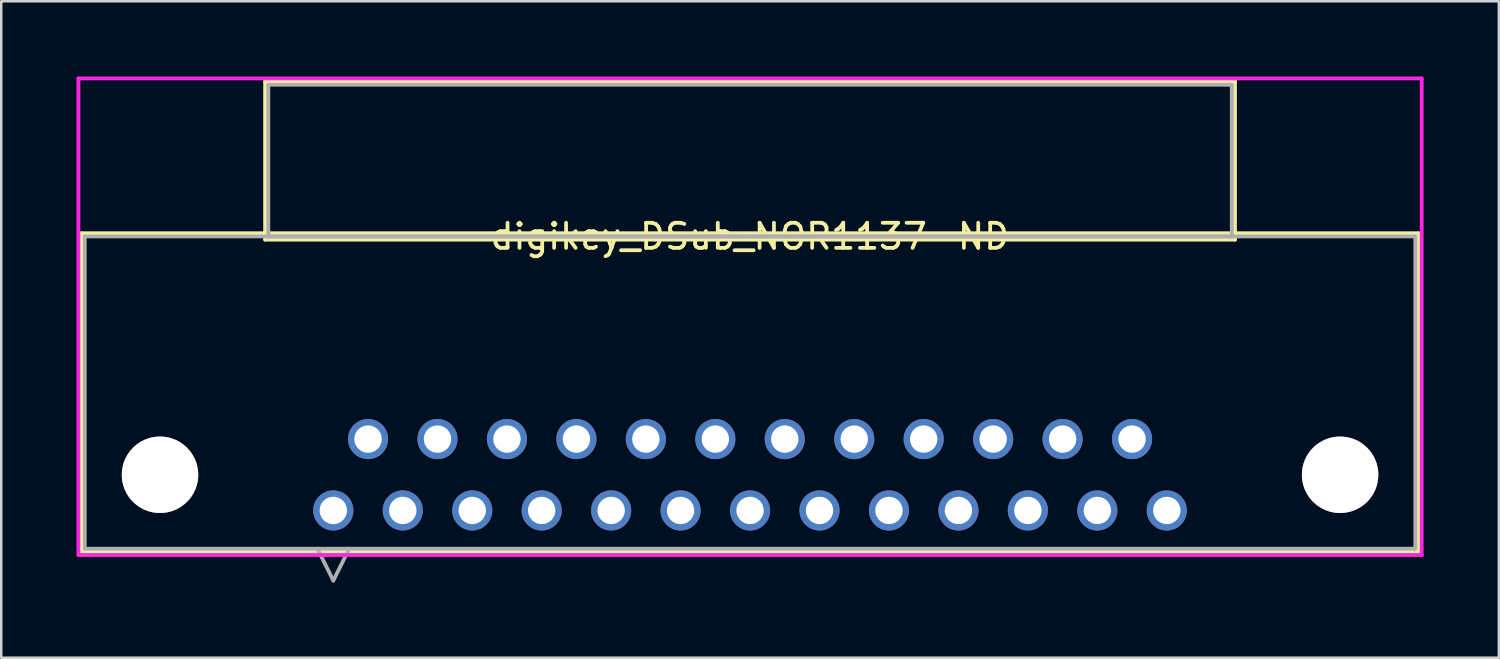
<source format=kicad_pcb>
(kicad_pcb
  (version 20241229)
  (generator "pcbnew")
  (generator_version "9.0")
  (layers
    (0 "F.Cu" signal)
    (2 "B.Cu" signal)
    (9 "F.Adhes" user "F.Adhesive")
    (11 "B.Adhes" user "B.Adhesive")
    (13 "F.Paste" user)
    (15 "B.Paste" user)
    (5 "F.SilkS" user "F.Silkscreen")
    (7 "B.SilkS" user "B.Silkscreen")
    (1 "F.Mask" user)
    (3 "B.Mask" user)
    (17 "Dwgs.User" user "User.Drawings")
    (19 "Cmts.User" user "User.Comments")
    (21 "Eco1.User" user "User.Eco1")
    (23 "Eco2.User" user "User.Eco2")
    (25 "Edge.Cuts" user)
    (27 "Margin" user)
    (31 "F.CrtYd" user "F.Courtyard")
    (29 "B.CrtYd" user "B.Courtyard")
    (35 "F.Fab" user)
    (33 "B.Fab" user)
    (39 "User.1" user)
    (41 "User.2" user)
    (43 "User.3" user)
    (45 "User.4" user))
  (footprint "digikey_DSub_NOR1137-ND"
    (layer "F.Cu")
    (at 26.848 6.375)
    (property "Reference" "digikey_DSub_NOR1137-ND" (at 0 0 0) (layer "F.SilkS") (effects (font (size 1 1) (thickness 0.15))))
    (attr through_hole)
    (fp_line (start -26.645 -0.127) (end -26.645 12.573) (stroke (width 0.152) (type solid)) (layer "F.SilkS"))
    (fp_line (start -26.645 12.573) (end 26.645 12.573) (stroke (width 0.152) (type solid)) (layer "F.SilkS"))
    (fp_line (start -19.329 -6.172) (end -19.329 0.127) (stroke (width 0.152) (type solid)) (layer "F.SilkS"))
    (fp_line (start -19.329 0.127) (end 19.329 0.127) (stroke (width 0.152) (type solid)) (layer "F.SilkS"))
    (fp_line (start 19.329 -6.172) (end -19.329 -6.172) (stroke (width 0.152) (type solid)) (layer "F.SilkS"))
    (fp_line (start 19.329 0.127) (end 19.329 -6.172) (stroke (width 0.152) (type solid)) (layer "F.SilkS"))
    (fp_line (start 26.645 -0.127) (end -26.645 -0.127) (stroke (width 0.152) (type solid)) (layer "F.SilkS"))
    (fp_line (start 26.645 12.573) (end 26.645 -0.127) (stroke (width 0.152) (type solid)) (layer "F.SilkS"))
    (fp_line (start -26.772 -6.299) (end -26.772 12.7) (stroke (width 0.152) (type solid)) (layer "F.CrtYd"))
    (fp_line (start -26.772 12.7) (end 26.772 12.7) (stroke (width 0.152) (type solid)) (layer "F.CrtYd"))
    (fp_line (start 26.772 -6.299) (end -26.772 -6.299) (stroke (width 0.152) (type solid)) (layer "F.CrtYd"))
    (fp_line (start 26.772 12.7) (end 26.772 -6.299) (stroke (width 0.152) (type solid)) (layer "F.CrtYd"))
    (fp_line (start -26.518 0) (end -26.518 12.446) (stroke (width 0.152) (type solid)) (layer "F.Fab"))
    (fp_line (start -26.518 12.446) (end 26.518 12.446) (stroke (width 0.152) (type solid)) (layer "F.Fab"))
    (fp_line (start -19.202 -6.045) (end -19.202 0) (stroke (width 0.152) (type solid)) (layer "F.Fab"))
    (fp_line (start -19.202 0) (end 19.202 0) (stroke (width 0.152) (type solid)) (layer "F.Fab"))
    (fp_line (start -17.247 12.446) (end -16.612 13.716) (stroke (width 0.152) (type solid)) (layer "F.Fab"))
    (fp_line (start -15.977 12.446) (end -16.612 13.716) (stroke (width 0.152) (type solid)) (layer "F.Fab"))
    (fp_line (start 19.202 -6.045) (end -19.202 -6.045) (stroke (width 0.152) (type solid)) (layer "F.Fab"))
    (fp_line (start 19.202 0) (end 19.202 -6.045) (stroke (width 0.152) (type solid)) (layer "F.Fab"))
    (fp_line (start 26.518 0) (end -26.518 0) (stroke (width 0.152) (type solid)) (layer "F.Fab"))
    (fp_line (start 26.518 12.446) (end 26.518 0) (stroke (width 0.152) (type solid)) (layer "F.Fab"))
    (fp_text user "Copyright 2016 Accelerated Designs. All rights reserved." (at 0 0 0) (layer "Cmts.User") (effects (font (size 0.127 0.127) (thickness 0.002))))
    (pad "1" thru_hole circle (at -16.612 10.922) (size 1.6 1.6) (drill 1.092) (layers "*.Cu" "*.Mask"))
    (pad "2" thru_hole circle (at -13.843 10.922) (size 1.6 1.6) (drill 1.092) (layers "*.Cu" "*.Mask"))
    (pad "3" thru_hole circle (at -11.074 10.922) (size 1.6 1.6) (drill 1.092) (layers "*.Cu" "*.Mask"))
    (pad "4" thru_hole circle (at -8.306 10.922) (size 1.6 1.6) (drill 1.092) (layers "*.Cu" "*.Mask"))
    (pad "5" thru_hole circle (at -5.537 10.922) (size 1.6 1.6) (drill 1.092) (layers "*.Cu" "*.Mask"))
    (pad "6" thru_hole circle (at -2.769 10.922) (size 1.6 1.6) (drill 1.092) (layers "*.Cu" "*.Mask"))
    (pad "7" thru_hole circle (at 0 10.922) (size 1.6 1.6) (drill 1.092) (layers "*.Cu" "*.Mask"))
    (pad "8" thru_hole circle (at 2.769 10.922) (size 1.6 1.6) (drill 1.092) (layers "*.Cu" "*.Mask"))
    (pad "9" thru_hole circle (at 5.537 10.922) (size 1.6 1.6) (drill 1.092) (layers "*.Cu" "*.Mask"))
    (pad "10" thru_hole circle (at 8.306 10.922) (size 1.6 1.6) (drill 1.092) (layers "*.Cu" "*.Mask"))
    (pad "11" thru_hole circle (at 11.074 10.922) (size 1.6 1.6) (drill 1.092) (layers "*.Cu" "*.Mask"))
    (pad "12" thru_hole circle (at 13.843 10.922) (size 1.6 1.6) (drill 1.092) (layers "*.Cu" "*.Mask"))
    (pad "13" thru_hole circle (at 16.612 10.922) (size 1.6 1.6) (drill 1.092) (layers "*.Cu" "*.Mask"))
    (pad "14" thru_hole circle (at -15.227 8.077) (size 1.6 1.6) (drill 1.092) (layers "*.Cu" "*.Mask"))
    (pad "15" thru_hole circle (at -12.459 8.077) (size 1.6 1.6) (drill 1.092) (layers "*.Cu" "*.Mask"))
    (pad "16" thru_hole circle (at -9.69 8.077) (size 1.6 1.6) (drill 1.092) (layers "*.Cu" "*.Mask"))
    (pad "17" thru_hole circle (at -6.921 8.077) (size 1.6 1.6) (drill 1.092) (layers "*.Cu" "*.Mask"))
    (pad "18" thru_hole circle (at -4.153 8.077) (size 1.6 1.6) (drill 1.092) (layers "*.Cu" "*.Mask"))
    (pad "19" thru_hole circle (at -1.384 8.077) (size 1.6 1.6) (drill 1.092) (layers "*.Cu" "*.Mask"))
    (pad "20" thru_hole circle (at 1.384 8.077) (size 1.6 1.6) (drill 1.092) (layers "*.Cu" "*.Mask"))
    (pad "21" thru_hole circle (at 4.153 8.077) (size 1.6 1.6) (drill 1.092) (layers "*.Cu" "*.Mask"))
    (pad "22" thru_hole circle (at 6.921 8.077) (size 1.6 1.6) (drill 1.092) (layers "*.Cu" "*.Mask"))
    (pad "23" thru_hole circle (at 9.69 8.077) (size 1.6 1.6) (drill 1.092) (layers "*.Cu" "*.Mask"))
    (pad "24" thru_hole circle (at 12.459 8.077) (size 1.6 1.6) (drill 1.092) (layers "*.Cu" "*.Mask"))
    (pad "25" thru_hole circle (at 15.227 8.077) (size 1.6 1.6) (drill 1.092) (layers "*.Cu" "*.Mask"))
    (pad "26" thru_hole circle (at -23.52 9.5) (size 3.048 3.048) (drill 3.048) (layers "*.Cu" "*.Mask"))
    (pad "27" thru_hole circle (at 23.52 9.5) (size 3.048 3.048) (drill 3.048) (layers "*.Cu" "*.Mask")))
  (gr_rect
    (start -3 -3)
    (end 56.696 23.168)
    (stroke (width 0.1) (type default))
    (fill no)
    (layer "Edge.Cuts")))
</source>
